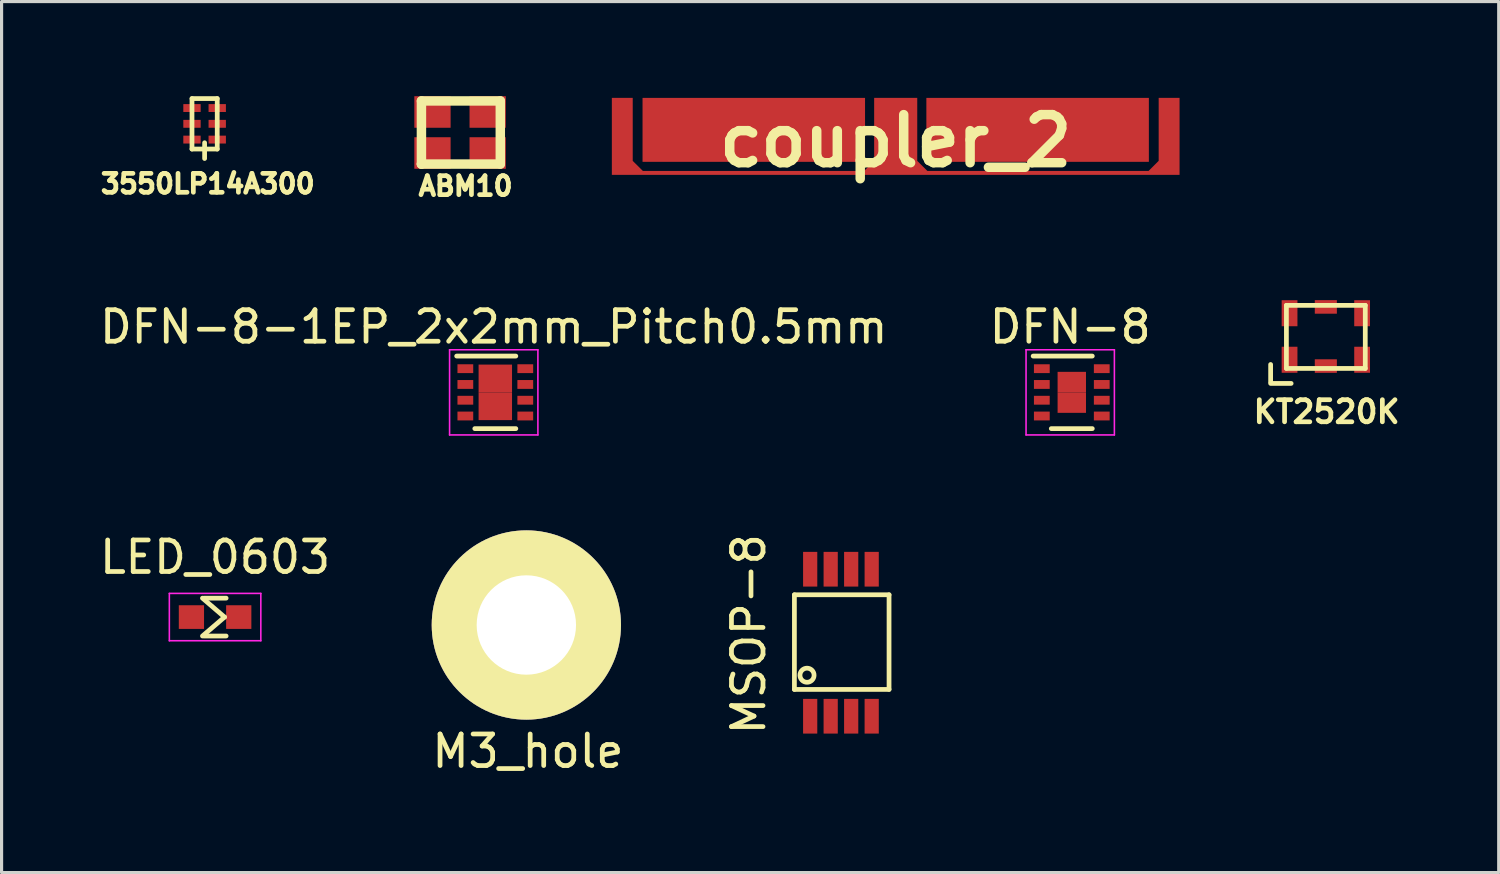
<source format=kicad_pcb>
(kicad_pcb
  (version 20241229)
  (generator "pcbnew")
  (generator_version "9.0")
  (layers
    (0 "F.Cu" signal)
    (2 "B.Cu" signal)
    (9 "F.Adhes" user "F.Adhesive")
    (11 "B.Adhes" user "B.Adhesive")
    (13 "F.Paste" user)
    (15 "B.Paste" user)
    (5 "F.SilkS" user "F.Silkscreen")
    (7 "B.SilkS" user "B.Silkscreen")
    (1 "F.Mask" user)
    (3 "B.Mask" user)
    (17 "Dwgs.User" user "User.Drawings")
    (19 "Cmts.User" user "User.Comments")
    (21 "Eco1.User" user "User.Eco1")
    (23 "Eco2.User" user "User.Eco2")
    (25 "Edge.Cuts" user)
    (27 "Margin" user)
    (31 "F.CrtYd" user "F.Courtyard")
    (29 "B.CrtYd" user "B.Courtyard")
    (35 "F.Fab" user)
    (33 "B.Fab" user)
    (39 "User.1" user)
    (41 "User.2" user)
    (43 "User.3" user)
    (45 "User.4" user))
  (footprint "DFN-8-1EP_2x2mm_Pitch0.5mm"
    (layer "F.Cu")
    (at 12.651 9.387)
    (property "Reference" "DFN-8-1EP_2x2mm_Pitch0.5mm" (at -0.05 -2.075 0) (layer "F.SilkS") (effects (font (size 1 1) (thickness 0.15))))
    (attr smd)
    (fp_line (start -1.225 -1.15) (end 0.65 -1.15) (stroke (width 0.15) (type solid)) (layer "F.SilkS"))
    (fp_line (start -0.65 1.15) (end 0.65 1.15) (stroke (width 0.15) (type solid)) (layer "F.SilkS"))
    (fp_line (start -1.45 -1.35) (end -1.45 1.35) (stroke (width 0.05) (type solid)) (layer "F.CrtYd"))
    (fp_line (start -1.45 -1.35) (end 1.35 -1.35) (stroke (width 0.05) (type solid)) (layer "F.CrtYd"))
    (fp_line (start -1.45 1.35) (end 1.35 1.35) (stroke (width 0.05) (type solid)) (layer "F.CrtYd"))
    (fp_line (start 1.35 -1.35) (end 1.35 1.35) (stroke (width 0.05) (type solid)) (layer "F.CrtYd"))
    (pad "1" smd rect (at -0.95 -0.75) (size 0.5 0.28) (layers "F.Cu" "F.Mask" "F.Paste"))
    (pad "2" smd rect (at -0.95 -0.25) (size 0.5 0.28) (layers "F.Cu" "F.Mask" "F.Paste"))
    (pad "3" smd rect (at -0.95 0.25) (size 0.5 0.28) (layers "F.Cu" "F.Mask" "F.Paste"))
    (pad "4" smd rect (at -0.95 0.75) (size 0.5 0.28) (layers "F.Cu" "F.Mask" "F.Paste"))
    (pad "5" smd rect (at 0.95 0.75) (size 0.5 0.28) (layers "F.Cu" "F.Mask" "F.Paste"))
    (pad "6" smd rect (at 0.95 0.25) (size 0.5 0.28) (layers "F.Cu" "F.Mask" "F.Paste"))
    (pad "7" smd rect (at 0.95 -0.25) (size 0.5 0.28) (layers "F.Cu" "F.Mask" "F.Paste"))
    (pad "8" smd rect (at 0.95 -0.75) (size 0.5 0.28) (layers "F.Cu" "F.Mask" "F.Paste"))
    (pad "9" smd rect (at 0 -0.44) (size 1.06 0.88) (layers "F.Cu" "F.Mask" "F.Paste"))
    (pad "9" smd rect (at 0 0.44) (size 1.06 0.88) (layers "F.Cu" "F.Mask" "F.Paste")))
  (footprint "coupler_2"
    (layer "F.Cu")
    (at 25.343 1.418)
    (property "Reference" "coupler_2" (at 0 0 0) (layer "F.SilkS") (effects (font (size 1.524 1.524) (thickness 0.3))))
    (attr through_hole)
    (fp_poly (pts (xy -0.972 0.662) (xy -8.025 0.662) (xy -8.025 -1.365) (xy -0.972 -1.365) (xy -0.972 0.662)) (stroke (width 0) (type solid)) (fill yes) (layer "F.Cu"))
    (fp_poly (pts (xy 8.025 0.662) (xy 0.972 0.662) (xy 0.972 -1.365) (xy 8.025 -1.365) (xy 8.025 0.662)) (stroke (width 0) (type solid)) (fill yes) (layer "F.Cu"))
    (fp_poly (pts (xy -8.336 0.632) (xy -8.014 0.951) (xy -1.002 0.951) (xy -0.683 0.63) (xy -0.683 -1.365) (xy 0.683 -1.365) (xy 0.683 0.632) (xy 1.004 0.951) (xy 8.016 0.951) (xy 8.336 0.63) (xy 8.336 -1.365) (xy 8.998 -1.365) (xy 8.998 1.076) (xy -8.998 1.076) (xy -8.998 -1.365) (xy -8.336 -1.365) (xy -8.336 0.632)) (stroke (width 0) (type solid)) (fill yes) (layer "F.Cu")))
  (footprint "M3_hole"
    (layer "F.Cu")
    (at 13.635 16.762)
    (property "Reference" "M3_hole" (at 0.05 4 0) (layer "F.SilkS") (effects (font (size 1 1) (thickness 0.15))))
    (attr through_hole)
    (pad "1" thru_hole circle (at 0 0) (size 6 6) (drill 3.15) (layers "*.Cu" "*.Mask" "F.SilkS")))
  (footprint "MSOP-8"
    (layer "F.Cu")
    (at 22.632 19.654)
    (property "Reference" "MSOP-8" (at -1.95 -2.6 90) (layer "F.SilkS") (effects (font (size 1 1) (thickness 0.15))))
    (attr through_hole)
    (fp_line (start -0.5 -3.85) (end 2.5 -3.85) (stroke (width 0.15) (type solid)) (layer "F.SilkS"))
    (fp_line (start -0.5 -0.85) (end -0.5 -3.85) (stroke (width 0.15) (type solid)) (layer "F.SilkS"))
    (fp_line (start 2.5 -3.85) (end 2.5 -0.85) (stroke (width 0.15) (type solid)) (layer "F.SilkS"))
    (fp_line (start 2.5 -0.85) (end -0.5 -0.85) (stroke (width 0.15) (type solid)) (layer "F.SilkS"))
    (fp_circle (center -0.1 -1.3) (end 0.1 -1.4) (stroke (width 0.15) (type solid)) (fill no) (layer "F.SilkS"))
    (pad "1" smd rect (at 0 0) (size 0.45 1.1) (layers "F.Cu" "F.Mask" "F.Paste"))
    (pad "2" smd rect (at 0.65 0) (size 0.45 1.1) (layers "F.Cu" "F.Mask" "F.Paste"))
    (pad "3" smd rect (at 1.3 0) (size 0.45 1.1) (layers "F.Cu" "F.Mask" "F.Paste"))
    (pad "4" smd rect (at 1.95 0) (size 0.45 1.1) (layers "F.Cu" "F.Mask" "F.Paste"))
    (pad "5" smd rect (at 1.95 -4.66) (size 0.45 1.1) (layers "F.Cu" "F.Mask" "F.Paste"))
    (pad "6" smd rect (at 1.3 -4.66) (size 0.45 1.1) (layers "F.Cu" "F.Mask" "F.Paste"))
    (pad "7" smd rect (at 0.65 -4.66) (size 0.45 1.1) (layers "F.Cu" "F.Mask" "F.Paste"))
    (pad "8" smd rect (at 0 -4.66) (size 0.45 1.1) (layers "F.Cu" "F.Mask" "F.Paste")))
  (footprint "ABM10"
    (layer "F.Cu")
    (at 10.659 1.8)
    (property "Reference" "ABM10" (at 1.05 1.05 0) (layer "F.SilkS") (effects (font (size 0.6 0.6) (thickness 0.15))))
    (attr through_hole)
    (fp_line (start -0.35 -1.65) (end 2.15 -1.65) (stroke (width 0.3) (type solid)) (layer "F.SilkS"))
    (fp_line (start -0.35 0.35) (end -0.35 -1.65) (stroke (width 0.3) (type solid)) (layer "F.SilkS"))
    (fp_line (start -0.35 0.35) (end -0.35 0.35) (stroke (width 0.3) (type solid)) (layer "F.SilkS"))
    (fp_line (start 2.15 -1.65) (end 2.15 0.35) (stroke (width 0.3) (type solid)) (layer "F.SilkS"))
    (fp_line (start 2.15 0.35) (end -0.35 0.35) (stroke (width 0.3) (type solid)) (layer "F.SilkS"))
    (pad "1" smd rect (at 0 0) (size 1.15 1) (layers "F.Cu" "F.Mask" "F.Paste"))
    (pad "2" smd rect (at 1.75 0) (size 1.15 1) (layers "F.Cu" "F.Mask" "F.Paste"))
    (pad "3" smd rect (at 1.75 -1.3) (size 1.15 1) (layers "F.Cu" "F.Mask" "F.Paste"))
    (pad "4" smd rect (at 0 -1.3) (size 1.15 1) (layers "F.Cu" "F.Mask" "F.Paste")))
  (footprint "3550LP14A300"
    (layer "F.Cu")
    (at 3.036 0.375)
    (property "Reference" "3550LP14A300" (at 0.5 2.4 0) (layer "F.SilkS") (effects (font (size 0.6 0.6) (thickness 0.15))))
    (attr through_hole)
    (fp_line (start 0 -0.3) (end 0.8 -0.3) (stroke (width 0.15) (type solid)) (layer "F.SilkS"))
    (fp_line (start 0 1.3) (end 0 -0.3) (stroke (width 0.15) (type solid)) (layer "F.SilkS"))
    (fp_line (start 0.4 1.6) (end 0.4 1.1) (stroke (width 0.15) (type solid)) (layer "F.SilkS"))
    (fp_line (start 0.8 -0.3) (end 0.8 1.3) (stroke (width 0.15) (type solid)) (layer "F.SilkS"))
    (fp_line (start 0.8 1.3) (end 0 1.3) (stroke (width 0.15) (type solid)) (layer "F.SilkS"))
    (pad "1" smd rect (at 0 0) (size 0.55 0.25) (layers "F.Cu" "F.Mask" "F.Paste"))
    (pad "2" smd rect (at 0 0.5) (size 0.55 0.25) (layers "F.Cu" "F.Mask" "F.Paste"))
    (pad "3" smd rect (at 0 1) (size 0.55 0.25) (layers "F.Cu" "F.Mask" "F.Paste"))
    (pad "4" smd rect (at 0.8 1) (size 0.55 0.25) (layers "F.Cu" "F.Mask" "F.Paste"))
    (pad "5" smd rect (at 0.8 0.5) (size 0.55 0.25) (layers "F.Cu" "F.Mask" "F.Paste"))
    (pad "6" smd rect (at 0.8 0) (size 0.55 0.25) (layers "F.Cu" "F.Mask" "F.Paste")))
  (footprint "LED_0603"
    (layer "F.Cu")
    (at 3.768 16.511)
    (property "Reference" "LED_0603" (at 0 -1.9 0) (layer "F.SilkS") (effects (font (size 1 1) (thickness 0.15))))
    (attr smd)
    (fp_line (start -0.4 0.6) (end 0.3 0) (stroke (width 0.15) (type solid)) (layer "F.SilkS"))
    (fp_line (start -0.35 -0.6) (end 0.35 -0.6) (stroke (width 0.15) (type solid)) (layer "F.SilkS"))
    (fp_line (start 0.3 0) (end -0.4 -0.6) (stroke (width 0.15) (type solid)) (layer "F.SilkS"))
    (fp_line (start 0.35 0.6) (end -0.35 0.6) (stroke (width 0.15) (type solid)) (layer "F.SilkS"))
    (fp_line (start -1.45 -0.75) (end -1.45 0.75) (stroke (width 0.05) (type solid)) (layer "F.CrtYd"))
    (fp_line (start -1.45 -0.75) (end 1.45 -0.75) (stroke (width 0.05) (type solid)) (layer "F.CrtYd"))
    (fp_line (start -1.45 0.75) (end 1.45 0.75) (stroke (width 0.05) (type solid)) (layer "F.CrtYd"))
    (fp_line (start 1.45 -0.75) (end 1.45 0.75) (stroke (width 0.05) (type solid)) (layer "F.CrtYd"))
    (pad "1" smd rect (at -0.75 0) (size 0.8 0.75) (layers "F.Cu" "F.Mask" "F.Paste"))
    (pad "2" smd rect (at 0.75 0) (size 0.8 0.75) (layers "F.Cu" "F.Mask" "F.Paste")))
  (footprint "DFN-8"
    (layer "F.Cu")
    (at 30.925 9.387)
    (property "Reference" "DFN-8" (at -0.05 -2.075 0) (layer "F.SilkS") (effects (font (size 1 1) (thickness 0.15))))
    (attr smd)
    (fp_line (start -1.225 -1.15) (end 0.65 -1.15) (stroke (width 0.15) (type solid)) (layer "F.SilkS"))
    (fp_line (start -0.65 1.15) (end 0.65 1.15) (stroke (width 0.15) (type solid)) (layer "F.SilkS"))
    (fp_line (start -1.45 -1.35) (end -1.45 1.35) (stroke (width 0.05) (type solid)) (layer "F.CrtYd"))
    (fp_line (start -1.45 -1.35) (end 1.35 -1.35) (stroke (width 0.05) (type solid)) (layer "F.CrtYd"))
    (fp_line (start -1.45 1.35) (end 1.35 1.35) (stroke (width 0.05) (type solid)) (layer "F.CrtYd"))
    (fp_line (start 1.35 -1.35) (end 1.35 1.35) (stroke (width 0.05) (type solid)) (layer "F.CrtYd"))
    (pad "1" smd rect (at -0.95 -0.75) (size 0.5 0.28) (layers "F.Cu" "F.Mask" "F.Paste"))
    (pad "2" smd rect (at -0.95 -0.25) (size 0.5 0.28) (layers "F.Cu" "F.Mask" "F.Paste"))
    (pad "3" smd rect (at -0.95 0.25) (size 0.5 0.28) (layers "F.Cu" "F.Mask" "F.Paste"))
    (pad "4" smd rect (at -0.95 0.75) (size 0.5 0.28) (layers "F.Cu" "F.Mask" "F.Paste"))
    (pad "5" smd rect (at 0.95 0.75) (size 0.5 0.28) (layers "F.Cu" "F.Mask" "F.Paste"))
    (pad "6" smd rect (at 0.95 0.25) (size 0.5 0.28) (layers "F.Cu" "F.Mask" "F.Paste"))
    (pad "7" smd rect (at 0.95 -0.25) (size 0.5 0.28) (layers "F.Cu" "F.Mask" "F.Paste"))
    (pad "8" smd rect (at 0.95 -0.75) (size 0.5 0.28) (layers "F.Cu" "F.Mask" "F.Paste"))
    (pad "EP" smd rect (at 0 -0.325) (size 0.9 0.65) (layers "F.Cu" "F.Mask" "F.Paste"))
    (pad "EP" smd rect (at 0 0.325) (size 0.9 0.65) (layers "F.Cu" "F.Mask" "F.Paste")))
  (footprint "KT2520K"
    (layer "F.Cu")
    (at 39.003 7.654)
    (property "Reference" "KT2520K" (at 0 2.35 0) (layer "F.SilkS") (effects (font (size 0.7 0.7) (thickness 0.15))))
    (attr through_hole)
    (fp_line (start -1.775 0.85) (end -1.775 1.4) (stroke (width 0.15) (type solid)) (layer "F.SilkS"))
    (fp_line (start -1.775 1.45) (end -1.125 1.45) (stroke (width 0.15) (type solid)) (layer "F.SilkS"))
    (fp_line (start -1.275 -1.025) (end 1.225 -1.025) (stroke (width 0.15) (type solid)) (layer "F.SilkS"))
    (fp_line (start -1.275 0.975) (end -1.275 -1.025) (stroke (width 0.15) (type solid)) (layer "F.SilkS"))
    (fp_line (start 1.225 -1.025) (end 1.225 0.975) (stroke (width 0.15) (type solid)) (layer "F.SilkS"))
    (fp_line (start 1.225 0.975) (end -1.275 0.975) (stroke (width 0.15) (type solid)) (layer "F.SilkS"))
    (pad "1" smd rect (at -1.175 0.7) (size 0.5 0.825) (layers "F.Cu" "F.Mask" "F.Paste"))
    (pad "2" smd rect (at -0.025 0.9) (size 0.7 0.43) (layers "F.Cu" "F.Mask" "F.Paste"))
    (pad "3" smd rect (at 1.125 0.7) (size 0.5 0.825) (layers "F.Cu" "F.Mask" "F.Paste"))
    (pad "4" smd rect (at 1.125 -0.775) (size 0.5 0.825) (layers "F.Cu" "F.Mask" "F.Paste"))
    (pad "5" smd rect (at -0.025 -0.975) (size 0.7 0.43) (layers "F.Cu" "F.Mask" "F.Paste"))
    (pad "6" smd rect (at -1.175 -0.775) (size 0.5 0.825) (layers "F.Cu" "F.Mask" "F.Paste")))
  (gr_rect
    (start -3 -3)
    (end 44.458 24.611)
    (stroke (width 0.1) (type default))
    (fill no)
    (layer "Edge.Cuts")))
</source>
